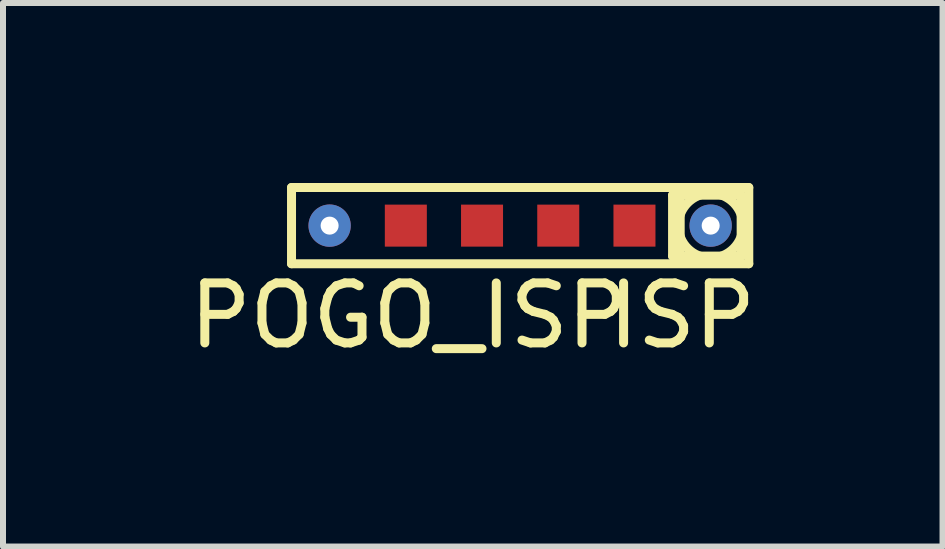
<source format=kicad_pcb>
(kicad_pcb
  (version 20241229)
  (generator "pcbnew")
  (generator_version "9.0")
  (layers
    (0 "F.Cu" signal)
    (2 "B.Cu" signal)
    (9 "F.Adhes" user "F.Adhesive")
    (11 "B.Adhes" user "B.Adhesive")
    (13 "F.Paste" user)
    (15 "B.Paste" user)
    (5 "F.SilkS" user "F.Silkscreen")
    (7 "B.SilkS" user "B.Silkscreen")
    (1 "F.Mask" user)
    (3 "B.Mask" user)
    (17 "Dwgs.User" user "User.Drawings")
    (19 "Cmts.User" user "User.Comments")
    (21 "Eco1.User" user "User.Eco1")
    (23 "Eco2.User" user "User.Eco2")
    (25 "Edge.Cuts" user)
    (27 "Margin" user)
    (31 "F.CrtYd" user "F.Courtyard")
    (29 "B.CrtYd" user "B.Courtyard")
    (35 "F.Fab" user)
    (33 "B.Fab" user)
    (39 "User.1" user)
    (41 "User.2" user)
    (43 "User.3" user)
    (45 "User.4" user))
  (footprint "POGO_ISP"
    (layer "F.Cu")
    (at 5.618 0.71)
    (property "Reference" "POGO_ISP" (at -1.85 1.5 0) (layer "F.SilkS") (effects (font (size 1 1) (thickness 0.15))))
    (attr through_hole)
    (fp_line (start -3.81 -0.635) (end 3.81 -0.635) (stroke (width 0.15) (type solid)) (layer "F.SilkS"))
    (fp_line (start -3.81 0.635) (end -3.81 -0.635) (stroke (width 0.15) (type solid)) (layer "F.SilkS"))
    (fp_line (start 2.54 -0.508) (end 3.683 -0.508) (stroke (width 0.15) (type solid)) (layer "F.SilkS"))
    (fp_line (start 2.54 0.508) (end 2.54 -0.508) (stroke (width 0.15) (type solid)) (layer "F.SilkS"))
    (fp_line (start 2.667 -0.508) (end 2.667 0.508) (stroke (width 0.15) (type solid)) (layer "F.SilkS"))
    (fp_line (start 3.683 -0.508) (end 3.683 0.508) (stroke (width 0.15) (type solid)) (layer "F.SilkS"))
    (fp_line (start 3.683 0.508) (end 2.54 0.508) (stroke (width 0.15) (type solid)) (layer "F.SilkS"))
    (fp_line (start 3.81 -0.635) (end 3.81 0.635) (stroke (width 0.15) (type solid)) (layer "F.SilkS"))
    (fp_line (start 3.81 0.635) (end -3.81 0.635) (stroke (width 0.15) (type solid)) (layer "F.SilkS"))
    (fp_circle (center 3.175 0) (end 3.556 0.381) (stroke (width 0.15) (type solid)) (fill no) (layer "F.SilkS"))
    (fp_text user "ISP" (at 2.7 1.5 180) (layer "F.SilkS") (effects (font (size 1 1) (thickness 0.15))))
    (pad "1" smd rect (at -0.635 0) (size 0.7 0.7) (layers "F.Cu" "F.Mask"))
    (pad "2" thru_hole circle (at 3.175 0) (size 0.705 0.705) (drill 0.3) (layers "*.Cu" "*.Mask"))
    (pad "3" smd rect (at 0.635 0) (size 0.7 0.7) (layers "F.Cu" "F.Mask"))
    (pad "4" smd rect (at -1.905 0) (size 0.7 0.7) (layers "F.Cu" "F.Mask"))
    (pad "5" thru_hole circle (at -3.175 0) (size 0.705 0.705) (drill 0.3) (layers "*.Cu" "*.Mask"))
    (pad "6" smd rect (at 1.905 0) (size 0.7 0.7) (layers "F.Cu" "F.Mask")))
  (gr_rect
    (start -3 -3)
    (end 12.657 6.058)
    (stroke (width 0.1) (type default))
    (fill no)
    (layer "Edge.Cuts")))
</source>
